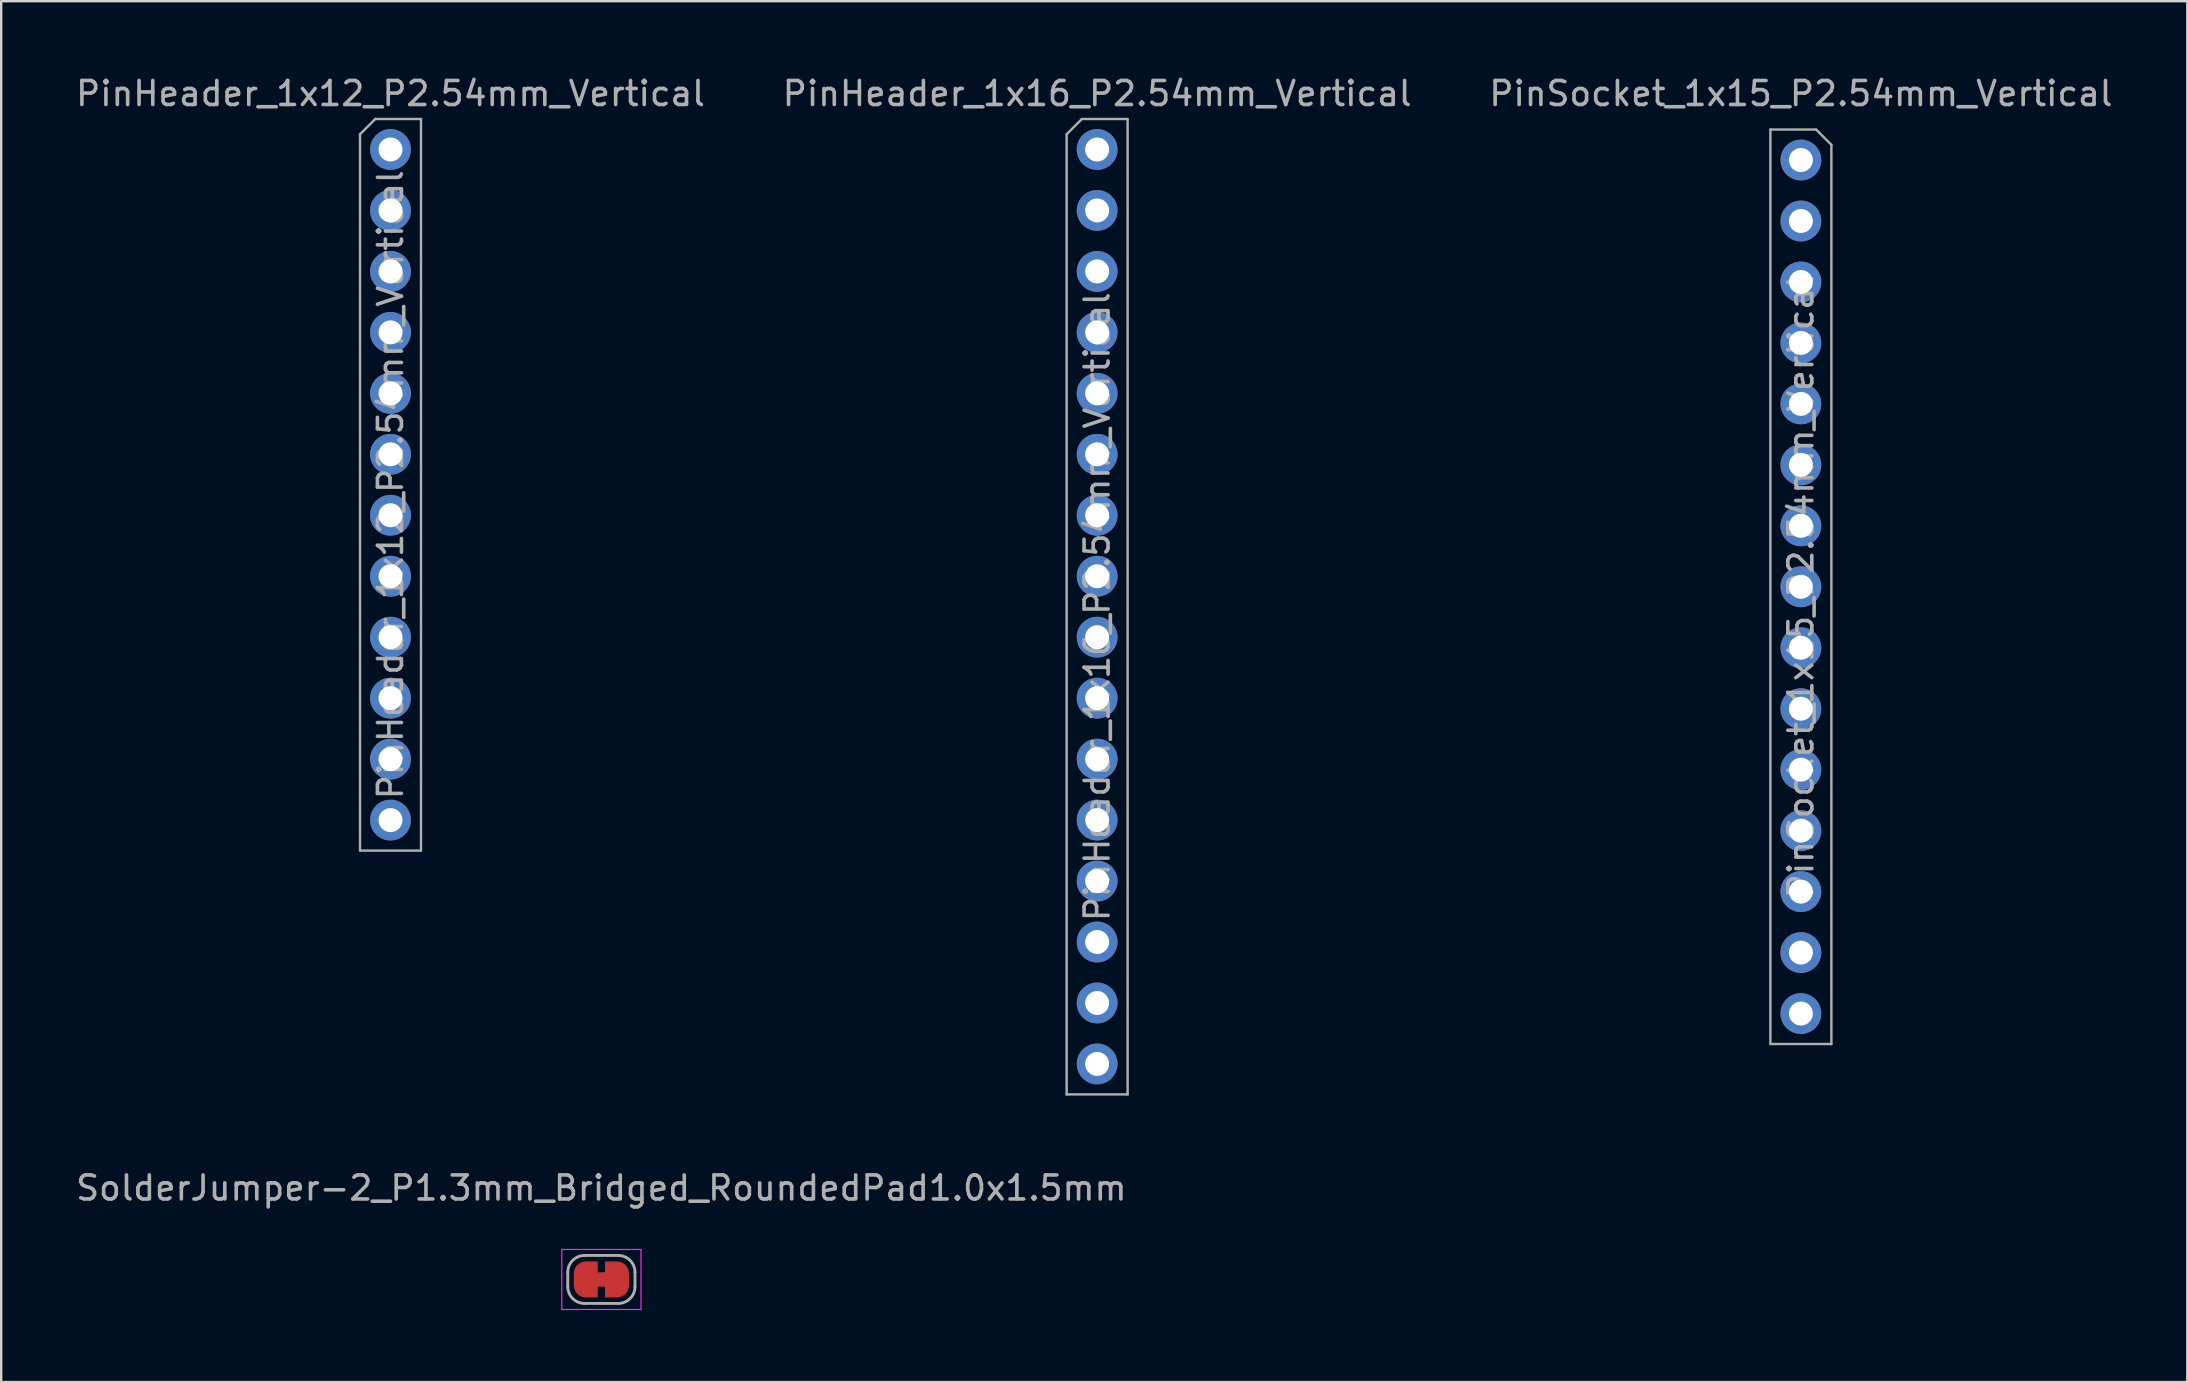
<source format=kicad_pcb>
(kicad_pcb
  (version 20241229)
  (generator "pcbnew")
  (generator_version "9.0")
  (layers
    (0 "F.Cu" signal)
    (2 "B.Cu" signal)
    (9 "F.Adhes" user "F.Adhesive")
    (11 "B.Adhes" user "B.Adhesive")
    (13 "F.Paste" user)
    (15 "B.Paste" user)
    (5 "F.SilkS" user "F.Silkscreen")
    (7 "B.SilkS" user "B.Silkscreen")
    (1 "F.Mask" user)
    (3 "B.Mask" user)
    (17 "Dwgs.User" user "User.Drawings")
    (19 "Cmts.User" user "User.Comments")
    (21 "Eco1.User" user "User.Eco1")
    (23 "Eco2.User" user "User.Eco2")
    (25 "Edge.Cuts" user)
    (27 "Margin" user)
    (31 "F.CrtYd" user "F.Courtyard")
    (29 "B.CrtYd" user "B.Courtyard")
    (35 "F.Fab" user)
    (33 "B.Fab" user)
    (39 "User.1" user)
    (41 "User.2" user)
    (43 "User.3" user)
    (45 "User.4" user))
  (footprint "PinSocket_1x15_P2.54mm_Vertical"
    (layer "F.Cu")
    (at 71.982 3.618)
    (property "Reference" "PinSocket_1x15_P2.54mm_Vertical" (at 0 -2.77 0) (layer "F.Fab") (effects (font (size 1 1) (thickness 0.15))))
    (attr through_hole)
    (fp_line (start -1.27 -1.27) (end 0.635 -1.27) (stroke (width 0.1) (type solid)) (layer "F.Fab"))
    (fp_line (start -1.27 36.83) (end -1.27 -1.27) (stroke (width 0.1) (type solid)) (layer "F.Fab"))
    (fp_line (start 0.635 -1.27) (end 1.27 -0.635) (stroke (width 0.1) (type solid)) (layer "F.Fab"))
    (fp_line (start 1.27 -0.635) (end 1.27 36.83) (stroke (width 0.1) (type solid)) (layer "F.Fab"))
    (fp_line (start 1.27 36.83) (end -1.27 36.83) (stroke (width 0.1) (type solid)) (layer "F.Fab"))
    (fp_text user "${REFERENCE}" (at 0 17.78 270) (layer "F.Fab") (effects (font (size 1 1) (thickness 0.15))))
    (pad "1" thru_hole circle (at 0 0) (size 1.7 1.7) (drill 1) (layers "*.Cu" "*.Mask"))
    (pad "2" thru_hole oval (at 0 2.54) (size 1.7 1.7) (drill 1) (layers "*.Cu" "*.Mask"))
    (pad "3" thru_hole oval (at 0 5.08) (size 1.7 1.7) (drill 1) (layers "*.Cu" "*.Mask"))
    (pad "4" thru_hole oval (at 0 7.62) (size 1.7 1.7) (drill 1) (layers "*.Cu" "*.Mask"))
    (pad "5" thru_hole oval (at 0 10.16) (size 1.7 1.7) (drill 1) (layers "*.Cu" "*.Mask"))
    (pad "6" thru_hole oval (at 0 12.7) (size 1.7 1.7) (drill 1) (layers "*.Cu" "*.Mask"))
    (pad "7" thru_hole oval (at 0 15.24) (size 1.7 1.7) (drill 1) (layers "*.Cu" "*.Mask"))
    (pad "8" thru_hole oval (at 0 17.78) (size 1.7 1.7) (drill 1) (layers "*.Cu" "*.Mask"))
    (pad "9" thru_hole oval (at 0 20.32) (size 1.7 1.7) (drill 1) (layers "*.Cu" "*.Mask"))
    (pad "10" thru_hole oval (at 0 22.86) (size 1.7 1.7) (drill 1) (layers "*.Cu" "*.Mask"))
    (pad "11" thru_hole oval (at 0 25.4) (size 1.7 1.7) (drill 1) (layers "*.Cu" "*.Mask"))
    (pad "12" thru_hole oval (at 0 27.94) (size 1.7 1.7) (drill 1) (layers "*.Cu" "*.Mask"))
    (pad "13" thru_hole oval (at 0 30.48) (size 1.7 1.7) (drill 1) (layers "*.Cu" "*.Mask"))
    (pad "14" thru_hole oval (at 0 33.02) (size 1.7 1.7) (drill 1) (layers "*.Cu" "*.Mask"))
    (pad "15" thru_hole oval (at 0 35.56) (size 1.7 1.7) (drill 1) (layers "*.Cu" "*.Mask")))
  (footprint "SolderJumper-2_P1.3mm_Bridged_RoundedPad1.0x1.5mm"
    (layer "F.Cu")
    (at 22.006 50.257)
    (property "Reference" "SolderJumper-2_P1.3mm_Bridged_RoundedPad1.0x1.5mm" (at 0 -3.81 0) (layer "F.Fab") (effects (font (size 1 1) (thickness 0.15))))
    (attr exclude_from_pos_files exclude_from_bom)
    (fp_poly (pts (xy 0.25 -0.3) (xy -0.25 -0.3) (xy -0.25 0.3) (xy 0.25 0.3)) (stroke (width 0) (type solid)) (fill yes) (layer "F.Cu"))
    (fp_line (start -1.65 -1.25) (end -1.65 1.25) (stroke (width 0.05) (type solid)) (layer "F.CrtYd"))
    (fp_line (start -1.65 -1.25) (end 1.65 -1.25) (stroke (width 0.05) (type solid)) (layer "F.CrtYd"))
    (fp_line (start 1.65 1.25) (end -1.65 1.25) (stroke (width 0.05) (type solid)) (layer "F.CrtYd"))
    (fp_line (start 1.65 1.25) (end 1.65 -1.25) (stroke (width 0.05) (type solid)) (layer "F.CrtYd"))
    (fp_line (start -1.4 0.3) (end -1.4 -0.3) (stroke (width 0.12) (type solid)) (layer "F.Fab"))
    (fp_line (start -0.7 -1) (end 0.7 -1) (stroke (width 0.12) (type solid)) (layer "F.Fab"))
    (fp_line (start 0.7 1) (end -0.7 1) (stroke (width 0.12) (type solid)) (layer "F.Fab"))
    (fp_line (start 1.4 -0.3) (end 1.4 0.3) (stroke (width 0.12) (type solid)) (layer "F.Fab"))
    (fp_arc (start -1.4 -0.3) (mid -1.194975 -0.794975) (end -0.7 -1) (stroke (width 0.12) (type solid)) (layer "F.Fab"))
    (fp_arc (start -0.7 1) (mid -1.194975 0.794975) (end -1.4 0.3) (stroke (width 0.12) (type solid)) (layer "F.Fab"))
    (fp_arc (start 0.7 -1) (mid 1.194975 -0.794975) (end 1.4 -0.3) (stroke (width 0.12) (type solid)) (layer "F.Fab"))
    (fp_arc (start 1.4 0.3) (mid 1.194975 0.794975) (end 0.7 1) (stroke (width 0.12) (type solid)) (layer "F.Fab"))
    (pad "1" smd custom (at -0.65 0) (size 1 0.5) (layers "F.Cu" "F.Mask") (options (anchor rect)) (primitives (gr_circle (center 0 0.25) (end 0.5 0.25) (width 0) (fill yes)) (gr_circle (center 0 -0.25) (end 0.5 -0.25) (width 0) (fill yes)) (gr_poly (pts (xy 0 -0.75) (xy 0.5 -0.75) (xy 0.5 0.75) (xy 0 0.75)) (width 0) (fill yes))))
    (pad "2" smd custom (at 0.65 0) (size 1 0.5) (layers "F.Cu" "F.Mask") (options (anchor rect)) (primitives (gr_circle (center 0 0.25) (end 0.5 0.25) (width 0) (fill yes)) (gr_circle (center 0 -0.25) (end 0.5 -0.25) (width 0) (fill yes)) (gr_poly (pts (xy 0 -0.75) (xy -0.5 -0.75) (xy -0.5 0.75) (xy 0 0.75)) (width 0) (fill yes)))))
  (footprint "PinHeader_1x12_P2.54mm_Vertical"
    (layer "F.Cu")
    (at 13.22 3.178)
    (property "Reference" "PinHeader_1x12_P2.54mm_Vertical" (at 0 -2.33 180) (layer "F.Fab") (effects (font (size 1 1) (thickness 0.15))))
    (attr through_hole)
    (fp_line (start -1.27 -0.635) (end -0.635 -1.27) (stroke (width 0.1) (type solid)) (layer "F.Fab"))
    (fp_line (start -1.27 29.21) (end -1.27 -0.635) (stroke (width 0.1) (type solid)) (layer "F.Fab"))
    (fp_line (start -0.635 -1.27) (end 1.27 -1.27) (stroke (width 0.1) (type solid)) (layer "F.Fab"))
    (fp_line (start 1.27 -1.27) (end 1.27 29.21) (stroke (width 0.1) (type solid)) (layer "F.Fab"))
    (fp_line (start 1.27 29.21) (end -1.27 29.21) (stroke (width 0.1) (type solid)) (layer "F.Fab"))
    (fp_text user "${REFERENCE}" (at 0 13.97 90) (layer "F.Fab") (effects (font (size 1 1) (thickness 0.15))))
    (pad "1" thru_hole circle (at 0 0) (size 1.7 1.7) (drill 1) (layers "*.Cu" "*.Mask"))
    (pad "2" thru_hole oval (at 0 2.54) (size 1.7 1.7) (drill 1) (layers "*.Cu" "*.Mask"))
    (pad "3" thru_hole oval (at 0 5.08) (size 1.7 1.7) (drill 1) (layers "*.Cu" "*.Mask"))
    (pad "4" thru_hole oval (at 0 7.62) (size 1.7 1.7) (drill 1) (layers "*.Cu" "*.Mask"))
    (pad "5" thru_hole oval (at 0 10.16) (size 1.7 1.7) (drill 1) (layers "*.Cu" "*.Mask"))
    (pad "6" thru_hole oval (at 0 12.7) (size 1.7 1.7) (drill 1) (layers "*.Cu" "*.Mask"))
    (pad "7" thru_hole oval (at 0 15.24) (size 1.7 1.7) (drill 1) (layers "*.Cu" "*.Mask"))
    (pad "8" thru_hole oval (at 0 17.78) (size 1.7 1.7) (drill 1) (layers "*.Cu" "*.Mask"))
    (pad "9" thru_hole oval (at 0 20.32) (size 1.7 1.7) (drill 1) (layers "*.Cu" "*.Mask"))
    (pad "10" thru_hole oval (at 0 22.86) (size 1.7 1.7) (drill 1) (layers "*.Cu" "*.Mask"))
    (pad "11" thru_hole oval (at 0 25.4) (size 1.7 1.7) (drill 1) (layers "*.Cu" "*.Mask"))
    (pad "12" thru_hole oval (at 0 27.94) (size 1.7 1.7) (drill 1) (layers "*.Cu" "*.Mask")))
  (footprint "PinHeader_1x16_P2.54mm_Vertical"
    (layer "F.Cu")
    (at 42.661 3.178)
    (property "Reference" "PinHeader_1x16_P2.54mm_Vertical" (at 0 -2.33 180) (layer "F.Fab") (effects (font (size 1 1) (thickness 0.15))))
    (attr through_hole)
    (fp_line (start -1.27 -0.635) (end -0.635 -1.27) (stroke (width 0.1) (type solid)) (layer "F.Fab"))
    (fp_line (start -1.27 39.37) (end -1.27 -0.635) (stroke (width 0.1) (type solid)) (layer "F.Fab"))
    (fp_line (start -0.635 -1.27) (end 1.27 -1.27) (stroke (width 0.1) (type solid)) (layer "F.Fab"))
    (fp_line (start 1.27 -1.27) (end 1.27 39.37) (stroke (width 0.1) (type solid)) (layer "F.Fab"))
    (fp_line (start 1.27 39.37) (end -1.27 39.37) (stroke (width 0.1) (type solid)) (layer "F.Fab"))
    (fp_text user "${REFERENCE}" (at 0 19.05 90) (layer "F.Fab") (effects (font (size 1 1) (thickness 0.15))))
    (pad "1" thru_hole circle (at 0 0) (size 1.7 1.7) (drill 1) (layers "*.Cu" "*.Mask"))
    (pad "2" thru_hole oval (at 0 2.54) (size 1.7 1.7) (drill 1) (layers "*.Cu" "*.Mask"))
    (pad "3" thru_hole oval (at 0 5.08) (size 1.7 1.7) (drill 1) (layers "*.Cu" "*.Mask"))
    (pad "4" thru_hole oval (at 0 7.62) (size 1.7 1.7) (drill 1) (layers "*.Cu" "*.Mask"))
    (pad "5" thru_hole oval (at 0 10.16) (size 1.7 1.7) (drill 1) (layers "*.Cu" "*.Mask"))
    (pad "6" thru_hole oval (at 0 12.7) (size 1.7 1.7) (drill 1) (layers "*.Cu" "*.Mask"))
    (pad "7" thru_hole oval (at 0 15.24) (size 1.7 1.7) (drill 1) (layers "*.Cu" "*.Mask"))
    (pad "8" thru_hole oval (at 0 17.78) (size 1.7 1.7) (drill 1) (layers "*.Cu" "*.Mask"))
    (pad "9" thru_hole oval (at 0 20.32) (size 1.7 1.7) (drill 1) (layers "*.Cu" "*.Mask"))
    (pad "10" thru_hole oval (at 0 22.86) (size 1.7 1.7) (drill 1) (layers "*.Cu" "*.Mask"))
    (pad "11" thru_hole oval (at 0 25.4) (size 1.7 1.7) (drill 1) (layers "*.Cu" "*.Mask"))
    (pad "12" thru_hole oval (at 0 27.94) (size 1.7 1.7) (drill 1) (layers "*.Cu" "*.Mask"))
    (pad "13" thru_hole oval (at 0 30.48) (size 1.7 1.7) (drill 1) (layers "*.Cu" "*.Mask"))
    (pad "14" thru_hole oval (at 0 33.02) (size 1.7 1.7) (drill 1) (layers "*.Cu" "*.Mask"))
    (pad "15" thru_hole oval (at 0 35.56) (size 1.7 1.7) (drill 1) (layers "*.Cu" "*.Mask"))
    (pad "16" thru_hole oval (at 0 38.1) (size 1.7 1.7) (drill 1) (layers "*.Cu" "*.Mask")))
  (gr_rect
    (start -3 -3)
    (end 88.083 54.532)
    (stroke (width 0.1) (type default))
    (fill no)
    (layer "Edge.Cuts")))
</source>
